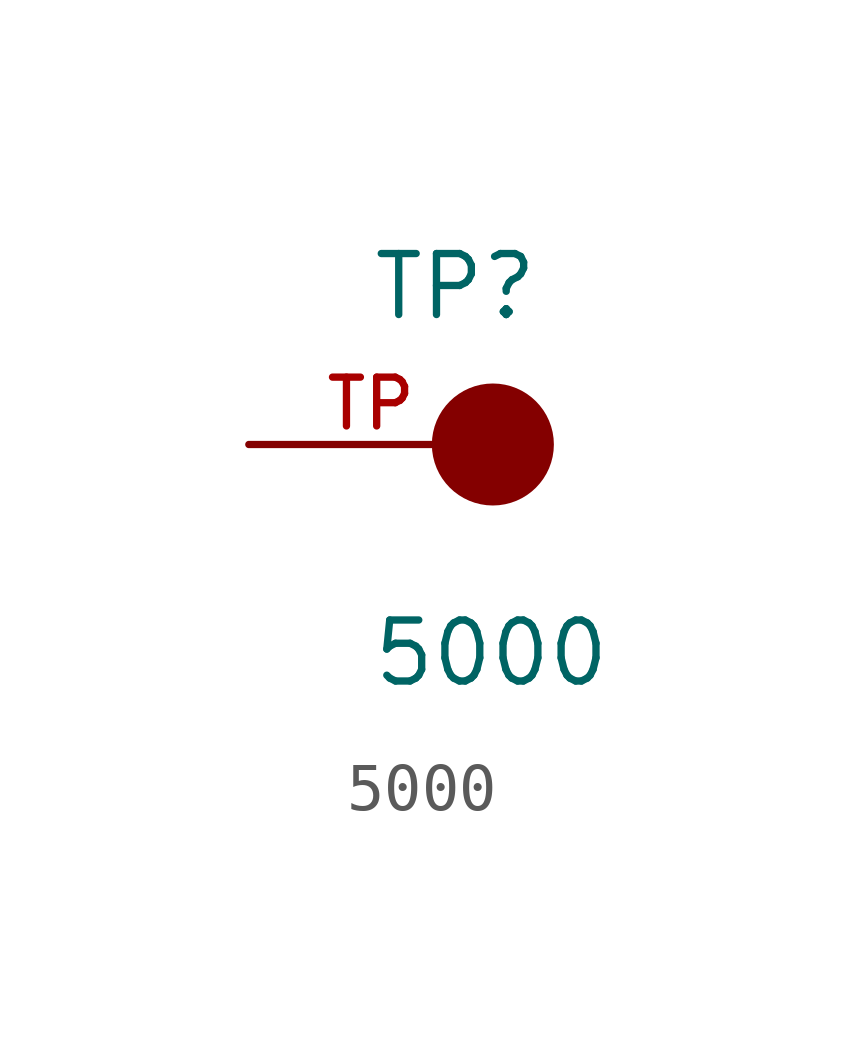
<source format=kicad_sym>
(kicad_symbol_lib
  (version 20231120)
  (generator "kicad_symbol_editor")
  (generator_version "8.0")
  (symbol "5000"
    (pin_names
      (offset 1.016))
    (property "Reference" "TP"
      (at -2.544 2.542 0)
      (effects (font (size 1.27 1.27)) (justify left bottom)))
    (property "Value" "5000"
      (at -2.55 -5.087 0)
      (effects (font (size 1.27 1.27)) (justify left bottom)))
    (symbol "5000_0_0"
      (circle (center 0 0) (radius 0.635) (stroke (width 1.27) (type default)) (fill (type none)))
      (pin passive line (at -5.08 0 0) (length 5.08) (name "~" (effects (font (size 1.016 1.016)))) (number "TP" (effects (font (size 1.016 1.016))))))))
</source>
